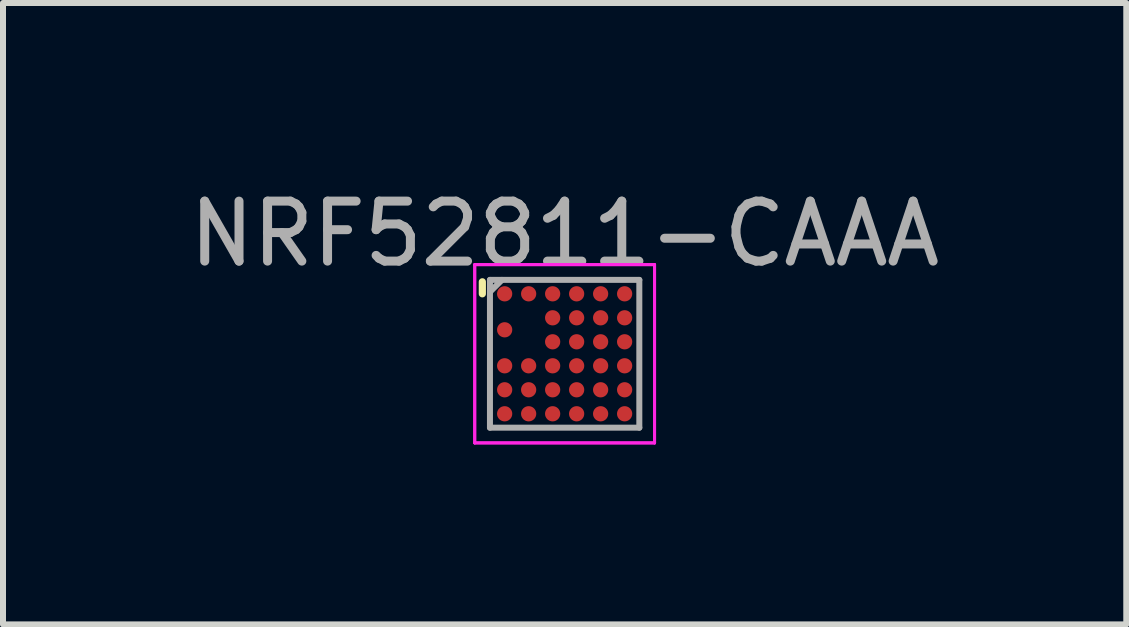
<source format=kicad_pcb>
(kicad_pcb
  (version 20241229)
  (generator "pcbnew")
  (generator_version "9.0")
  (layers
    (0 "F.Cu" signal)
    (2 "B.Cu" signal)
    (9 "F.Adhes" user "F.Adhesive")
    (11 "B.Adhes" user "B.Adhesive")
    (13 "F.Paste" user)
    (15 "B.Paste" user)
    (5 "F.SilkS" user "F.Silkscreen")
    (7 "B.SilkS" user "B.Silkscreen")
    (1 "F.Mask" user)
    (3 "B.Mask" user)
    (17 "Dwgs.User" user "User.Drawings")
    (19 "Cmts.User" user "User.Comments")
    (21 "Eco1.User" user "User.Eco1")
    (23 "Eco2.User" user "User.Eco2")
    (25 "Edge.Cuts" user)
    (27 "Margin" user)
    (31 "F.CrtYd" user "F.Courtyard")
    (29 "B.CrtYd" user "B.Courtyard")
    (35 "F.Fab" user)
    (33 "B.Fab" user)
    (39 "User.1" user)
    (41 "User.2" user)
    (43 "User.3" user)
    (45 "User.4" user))
  (footprint "NRF52811-CAAA"
    (layer "F.Cu")
    (at 6.363 2.848)
    (property "Reference" "NRF52811-CAAA" (at 0 -2 0) (layer "F.Fab") (effects (font (size 1 1) (thickness 0.15))))
    (attr smd)
    (fp_line (start -1.372 -1.2) (end -1.372 -1) (stroke (width 0.12) (type solid)) (layer "F.SilkS"))
    (fp_line (start -1.499 -1.486) (end 1.499 -1.486) (stroke (width 0.05) (type solid)) (layer "F.CrtYd"))
    (fp_line (start -1.499 -1.486) (end 1.499 -1.486) (stroke (width 0.05) (type solid)) (layer "F.CrtYd"))
    (fp_line (start -1.499 1.486) (end -1.499 -1.486) (stroke (width 0.05) (type solid)) (layer "F.CrtYd"))
    (fp_line (start -1.499 1.486) (end -1.499 -1.486) (stroke (width 0.05) (type solid)) (layer "F.CrtYd"))
    (fp_line (start 1.499 -1.486) (end 1.499 1.486) (stroke (width 0.05) (type solid)) (layer "F.CrtYd"))
    (fp_line (start 1.499 -1.486) (end 1.499 1.486) (stroke (width 0.05) (type solid)) (layer "F.CrtYd"))
    (fp_line (start 1.499 1.486) (end -1.499 1.486) (stroke (width 0.05) (type solid)) (layer "F.CrtYd"))
    (fp_line (start 1.499 1.486) (end -1.499 1.486) (stroke (width 0.05) (type solid)) (layer "F.CrtYd"))
    (fp_line (start -1.245 -1.232) (end -1.245 1.232) (stroke (width 0.1) (type solid)) (layer "F.Fab"))
    (fp_line (start -1.245 1.232) (end 1.245 1.232) (stroke (width 0.1) (type solid)) (layer "F.Fab"))
    (fp_line (start -1.045 -1.232) (end -1.245 -1.032) (stroke (width 0.1) (type solid)) (layer "F.Fab"))
    (fp_line (start 1.245 -1.232) (end -1.245 -1.232) (stroke (width 0.1) (type solid)) (layer "F.Fab"))
    (fp_line (start 1.245 1.232) (end 1.245 -1.232) (stroke (width 0.1) (type solid)) (layer "F.Fab"))
    (pad "A1" smd circle (at -1 -1) (size 0.254 0.254) (layers "F.Cu" "F.Mask" "F.Paste"))
    (pad "A2" smd circle (at -0.6 -1) (size 0.254 0.254) (layers "F.Cu" "F.Mask" "F.Paste"))
    (pad "A3" smd circle (at -0.2 -1) (size 0.254 0.254) (layers "F.Cu" "F.Mask" "F.Paste"))
    (pad "A4" smd circle (at 0.2 -1) (size 0.254 0.254) (layers "F.Cu" "F.Mask" "F.Paste"))
    (pad "A5" smd circle (at 0.6 -1) (size 0.254 0.254) (layers "F.Cu" "F.Mask" "F.Paste"))
    (pad "A6" smd circle (at 1 -1) (size 0.254 0.254) (layers "F.Cu" "F.Mask" "F.Paste"))
    (pad "B3" smd circle (at -0.2 -0.6) (size 0.254 0.254) (layers "F.Cu" "F.Mask" "F.Paste"))
    (pad "B4" smd circle (at 0.2 -0.6) (size 0.254 0.254) (layers "F.Cu" "F.Mask" "F.Paste"))
    (pad "B5" smd circle (at 0.6 -0.6) (size 0.254 0.254) (layers "F.Cu" "F.Mask" "F.Paste"))
    (pad "B6" smd circle (at 1 -0.6) (size 0.254 0.254) (layers "F.Cu" "F.Mask" "F.Paste"))
    (pad "C1" smd circle (at -1 -0.4) (size 0.254 0.254) (layers "F.Cu" "F.Mask" "F.Paste"))
    (pad "D3" smd circle (at -0.2 -0.2) (size 0.254 0.254) (layers "F.Cu" "F.Mask" "F.Paste"))
    (pad "D4" smd circle (at 0.2 -0.2) (size 0.254 0.254) (layers "F.Cu" "F.Mask" "F.Paste"))
    (pad "D5" smd circle (at 0.6 -0.2) (size 0.254 0.254) (layers "F.Cu" "F.Mask" "F.Paste"))
    (pad "D6" smd circle (at 1 -0.2) (size 0.254 0.254) (layers "F.Cu" "F.Mask" "F.Paste"))
    (pad "E1" smd circle (at -1 0.2) (size 0.254 0.254) (layers "F.Cu" "F.Mask" "F.Paste"))
    (pad "E2" smd circle (at -0.6 0.2) (size 0.254 0.254) (layers "F.Cu" "F.Mask" "F.Paste"))
    (pad "E3" smd circle (at -0.2 0.2) (size 0.254 0.254) (layers "F.Cu" "F.Mask" "F.Paste"))
    (pad "E4" smd circle (at 0.2 0.2) (size 0.254 0.254) (layers "F.Cu" "F.Mask" "F.Paste"))
    (pad "E5" smd circle (at 0.6 0.2) (size 0.254 0.254) (layers "F.Cu" "F.Mask" "F.Paste"))
    (pad "E6" smd circle (at 1 0.2) (size 0.254 0.254) (layers "F.Cu" "F.Mask" "F.Paste"))
    (pad "F1" smd circle (at -1 0.6) (size 0.254 0.254) (layers "F.Cu" "F.Mask" "F.Paste"))
    (pad "F2" smd circle (at -0.6 0.6) (size 0.254 0.254) (layers "F.Cu" "F.Mask" "F.Paste"))
    (pad "F3" smd circle (at -0.2 0.6) (size 0.254 0.254) (layers "F.Cu" "F.Mask" "F.Paste"))
    (pad "F4" smd circle (at 0.2 0.6) (size 0.254 0.254) (layers "F.Cu" "F.Mask" "F.Paste"))
    (pad "F5" smd circle (at 0.6 0.6) (size 0.254 0.254) (layers "F.Cu" "F.Mask" "F.Paste"))
    (pad "F6" smd circle (at 1 0.6) (size 0.254 0.254) (layers "F.Cu" "F.Mask" "F.Paste"))
    (pad "G1" smd circle (at -1 1) (size 0.254 0.254) (layers "F.Cu" "F.Mask" "F.Paste"))
    (pad "G2" smd circle (at -0.6 1) (size 0.254 0.254) (layers "F.Cu" "F.Mask" "F.Paste"))
    (pad "G3" smd circle (at -0.2 1) (size 0.254 0.254) (layers "F.Cu" "F.Mask" "F.Paste"))
    (pad "G4" smd circle (at 0.2 1) (size 0.254 0.254) (layers "F.Cu" "F.Mask" "F.Paste"))
    (pad "G5" smd circle (at 0.6 1) (size 0.254 0.254) (layers "F.Cu" "F.Mask" "F.Paste"))
    (pad "G6" smd circle (at 1 1) (size 0.254 0.254) (layers "F.Cu" "F.Mask" "F.Paste")))
  (gr_rect
    (start -3 -3)
    (end 15.726 7.359)
    (stroke (width 0.1) (type default))
    (fill no)
    (layer "Edge.Cuts")))
</source>
